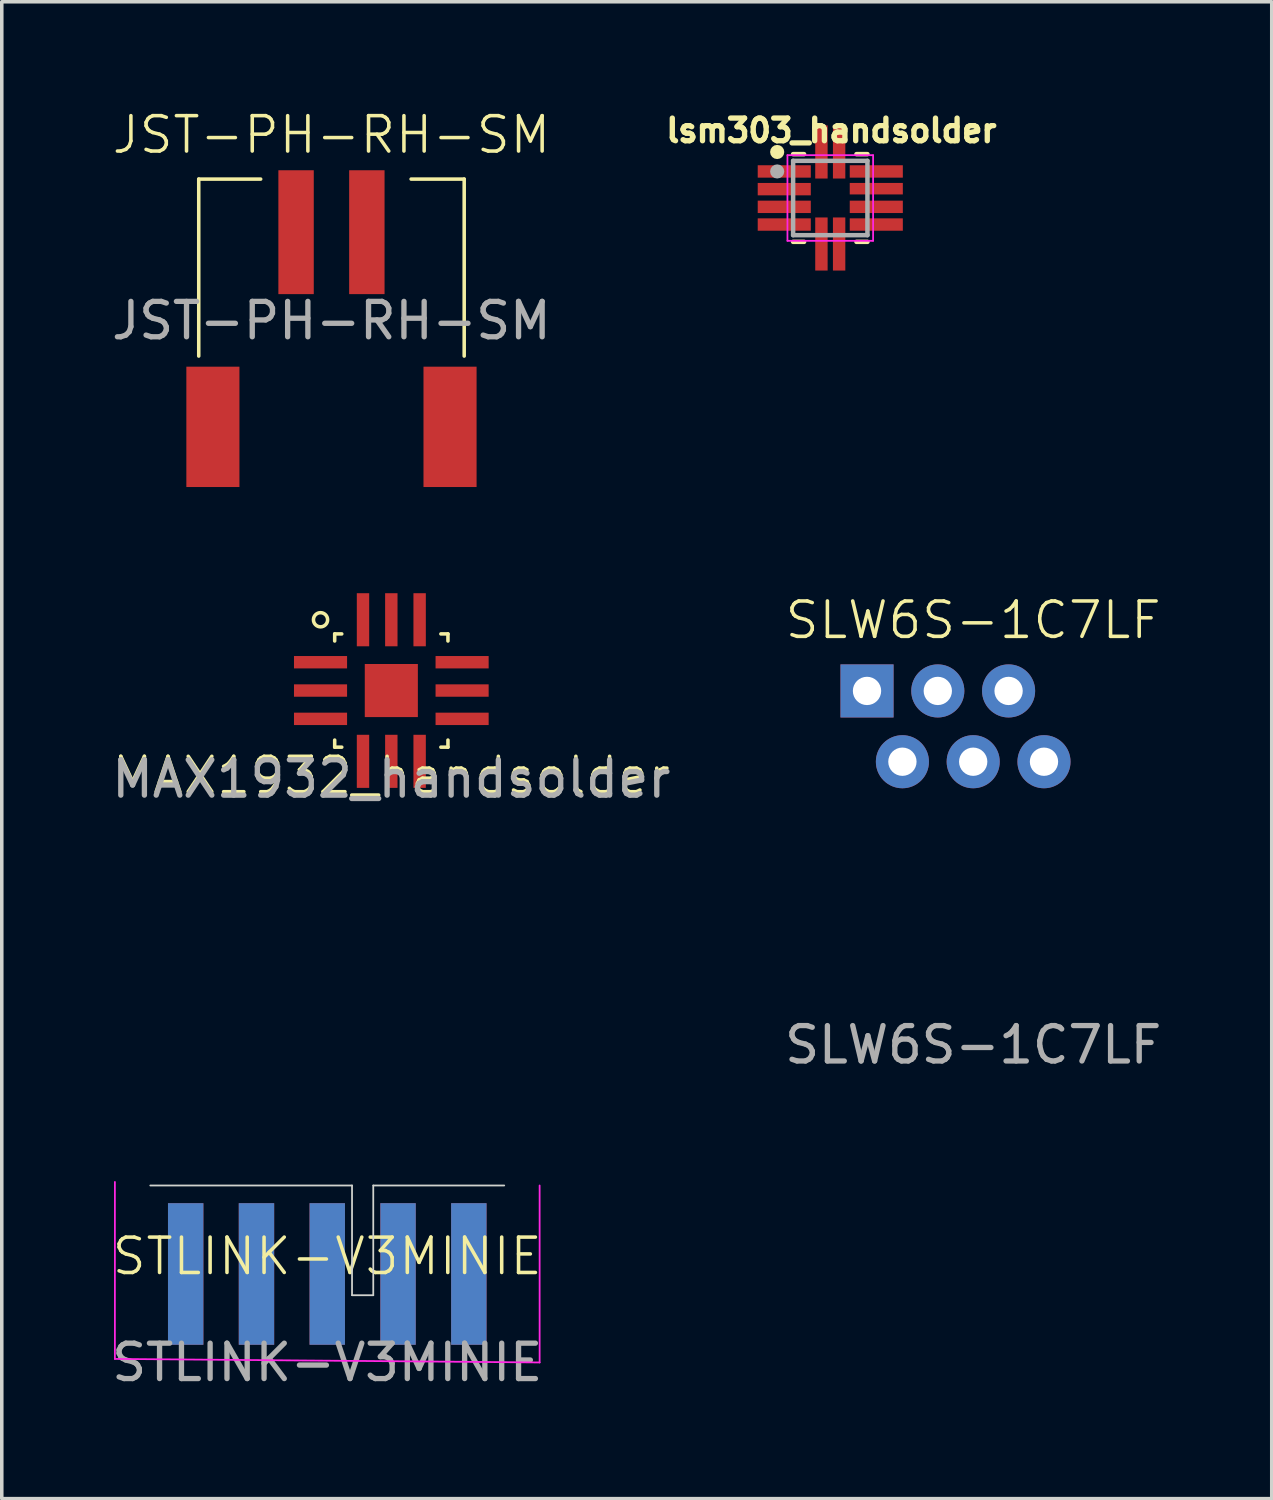
<source format=kicad_pcb>
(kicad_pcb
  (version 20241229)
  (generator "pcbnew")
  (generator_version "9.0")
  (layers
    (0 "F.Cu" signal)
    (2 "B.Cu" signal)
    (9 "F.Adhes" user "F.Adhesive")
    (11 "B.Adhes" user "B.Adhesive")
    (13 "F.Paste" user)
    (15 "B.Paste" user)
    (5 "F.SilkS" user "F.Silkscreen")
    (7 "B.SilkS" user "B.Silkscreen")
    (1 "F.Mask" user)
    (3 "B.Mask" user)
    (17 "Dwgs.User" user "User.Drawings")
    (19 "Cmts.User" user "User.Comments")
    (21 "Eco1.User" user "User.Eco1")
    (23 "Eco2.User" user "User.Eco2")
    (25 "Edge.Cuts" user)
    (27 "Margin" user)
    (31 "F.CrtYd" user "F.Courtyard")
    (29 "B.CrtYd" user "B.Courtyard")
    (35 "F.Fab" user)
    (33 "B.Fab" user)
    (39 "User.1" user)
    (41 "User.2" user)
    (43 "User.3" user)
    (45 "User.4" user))
  (footprint "SLW6S-1C7LF"
    (layer "F.Cu")
    (at 24.446 17.471)
    (property "Reference" "SLW6S-1C7LF" (at 0 -3 0) (unlocked yes) (layer "F.SilkS") (effects (font (size 1 1) (thickness 0.1))))
    (attr through_hole)
    (fp_text user "${REFERENCE}" (at 0 9 0) (unlocked yes) (layer "F.Fab") (effects (font (size 1 1) (thickness 0.15))))
    (pad "1" thru_hole rect (at -3 -1) (size 1.5 1.5) (drill 0.8) (layers "*.Cu" "*.Mask"))
    (pad "2" thru_hole circle (at -2 1) (size 1.5 1.5) (drill 0.8) (layers "*.Cu" "*.Mask"))
    (pad "3" thru_hole circle (at -1 -1) (size 1.5 1.5) (drill 0.8) (layers "*.Cu" "*.Mask"))
    (pad "4" thru_hole circle (at 0 1) (size 1.5 1.5) (drill 0.8) (layers "*.Cu" "*.Mask"))
    (pad "5" thru_hole circle (at 1 -1) (size 1.5 1.5) (drill 0.8) (layers "*.Cu" "*.Mask"))
    (pad "6" thru_hole circle (at 2 1) (size 1.5 1.5) (drill 0.8) (layers "*.Cu" "*.Mask")))
  (footprint "JST-PH-RH-SM"
    (layer "F.Cu")
    (at 6.315 3.51)
    (property "Reference" "JST-PH-RH-SM" (at 0 -2.75 0) (unlocked yes) (layer "F.SilkS") (effects (font (size 1 1) (thickness 0.1))))
    (attr through_hole)
    (fp_line (start -3.75 -1.5) (end -2 -1.5) (stroke (width 0.1) (type default)) (layer "F.SilkS"))
    (fp_line (start -3.75 3.5) (end -3.75 -1.5) (stroke (width 0.1) (type default)) (layer "F.SilkS"))
    (fp_line (start 2.25 -1.5) (end 3.75 -1.5) (stroke (width 0.1) (type default)) (layer "F.SilkS"))
    (fp_line (start 3.75 -1.5) (end 3.75 3.5) (stroke (width 0.1) (type default)) (layer "F.SilkS"))
    (fp_text user "${REFERENCE}" (at 0 2.5 0) (unlocked yes) (layer "F.Fab") (effects (font (size 1 1) (thickness 0.15))))
    (pad "" smd rect (at -3.35 5.5) (size 1.5 3.4) (layers "F.Cu" "F.Mask" "F.Paste"))
    (pad "" smd rect (at 3.35 5.5) (size 1.5 3.4) (layers "F.Cu" "F.Mask" "F.Paste"))
    (pad "1" smd rect (at -1 0) (size 1 3.5) (layers "F.Cu" "F.Mask" "F.Paste"))
    (pad "2" smd rect (at 1 0) (size 1 3.5) (layers "F.Cu" "F.Mask" "F.Paste")))
  (footprint "lsm303_handsolder"
    (layer "F.Cu")
    (at 20.408 2.544)
    (property "Reference" "lsm303_handsolder" (at 0.032 -1.906 0) (layer "F.SilkS") (effects (font (size 0.64 0.64) (thickness 0.15))))
    (attr smd)
    (fp_line (start -0.74 -1.239) (end -1.05 -1.239) (stroke (width 0.127) (type solid)) (layer "F.SilkS"))
    (fp_line (start -0.74 1.239) (end -1.05 1.239) (stroke (width 0.127) (type solid)) (layer "F.SilkS"))
    (fp_line (start 0.74 -1.239) (end 1.05 -1.239) (stroke (width 0.127) (type solid)) (layer "F.SilkS"))
    (fp_line (start 0.74 1.239) (end 1.05 1.239) (stroke (width 0.127) (type solid)) (layer "F.SilkS"))
    (fp_circle (center -1.5 -1.3) (end -1.4 -1.3) (stroke (width 0.2) (type solid)) (fill no) (layer "F.SilkS"))
    (fp_line (start -1.21 -1.21) (end -1.21 1.21) (stroke (width 0.05) (type solid)) (layer "F.CrtYd"))
    (fp_line (start -1.21 1.21) (end 1.21 1.21) (stroke (width 0.05) (type solid)) (layer "F.CrtYd"))
    (fp_line (start 1.21 -1.21) (end -1.21 -1.21) (stroke (width 0.05) (type solid)) (layer "F.CrtYd"))
    (fp_line (start 1.21 1.21) (end 1.21 -1.21) (stroke (width 0.05) (type solid)) (layer "F.CrtYd"))
    (fp_line (start -1.05 -1.05) (end 1.05 -1.05) (stroke (width 0.127) (type solid)) (layer "F.Fab"))
    (fp_line (start -1.05 1.05) (end -1.05 -1.05) (stroke (width 0.127) (type solid)) (layer "F.Fab"))
    (fp_line (start 1.05 -1.05) (end 1.05 1.05) (stroke (width 0.127) (type solid)) (layer "F.Fab"))
    (fp_line (start 1.05 1.05) (end -1.05 1.05) (stroke (width 0.127) (type solid)) (layer "F.Fab"))
    (fp_circle (center -1.5 -0.75) (end -1.4 -0.75) (stroke (width 0.2) (type solid)) (fill no) (layer "F.Fab"))
    (pad "1" smd rect (at -1.3 -0.75) (size 1.5 0.35) (layers "F.Cu" "F.Mask" "F.Paste"))
    (pad "2" smd rect (at -1.3 -0.25) (size 1.5 0.35) (layers "F.Cu" "F.Mask" "F.Paste"))
    (pad "3" smd rect (at -1.3 0.25) (size 1.5 0.35) (layers "F.Cu" "F.Mask" "F.Paste"))
    (pad "4" smd rect (at -1.3 0.75) (size 1.5 0.35) (layers "F.Cu" "F.Mask" "F.Paste"))
    (pad "5" smd rect (at -0.25 1.3 90) (size 1.5 0.35) (layers "F.Cu" "F.Mask" "F.Paste"))
    (pad "6" smd rect (at 0.25 1.3 90) (size 1.5 0.35) (layers "F.Cu" "F.Mask" "F.Paste"))
    (pad "7" smd rect (at 1.3 0.75) (size 1.5 0.35) (layers "F.Cu" "F.Mask" "F.Paste"))
    (pad "8" smd rect (at 1.3 0.25) (size 1.5 0.35) (layers "F.Cu" "F.Mask" "F.Paste"))
    (pad "9" smd rect (at 1.3 -0.263) (size 1.5 0.325) (layers "F.Cu" "F.Mask" "F.Paste"))
    (pad "10" smd rect (at 1.3 -0.75) (size 1.5 0.35) (layers "F.Cu" "F.Mask" "F.Paste"))
    (pad "11" smd rect (at 0.25 -1.3 90) (size 1.5 0.35) (layers "F.Cu" "F.Mask" "F.Paste"))
    (pad "12" smd rect (at -0.25 -1.3 90) (size 1.5 0.35) (layers "F.Cu" "F.Mask" "F.Paste")))
  (footprint "MAX1932_handsolder"
    (layer "F.Cu")
    (at 8.006 16.46)
    (property "Reference" "MAX1932_handsolder" (at 0 2.4 0) (unlocked yes) (layer "F.SilkS") (effects (font (size 1 1) (thickness 0.1))))
    (attr smd)
    (fp_line (start -1.6 -1.6) (end -1.4 -1.6) (stroke (width 0.1) (type default)) (layer "F.SilkS"))
    (fp_line (start -1.6 -1.4) (end -1.6 -1.6) (stroke (width 0.1) (type default)) (layer "F.SilkS"))
    (fp_line (start -1.6 1.6) (end -1.6 1.4) (stroke (width 0.1) (type default)) (layer "F.SilkS"))
    (fp_line (start -1.4 1.6) (end -1.6 1.6) (stroke (width 0.1) (type default)) (layer "F.SilkS"))
    (fp_line (start 1.4 -1.6) (end 1.6 -1.6) (stroke (width 0.1) (type default)) (layer "F.SilkS"))
    (fp_line (start 1.6 -1.6) (end 1.6 -1.4) (stroke (width 0.1) (type default)) (layer "F.SilkS"))
    (fp_line (start 1.6 1.4) (end 1.6 1.6) (stroke (width 0.1) (type default)) (layer "F.SilkS"))
    (fp_line (start 1.6 1.6) (end 1.4 1.6) (stroke (width 0.1) (type default)) (layer "F.SilkS"))
    (fp_circle (center -2 -2) (end -2 -1.8) (stroke (width 0.1) (type default)) (fill no) (layer "F.SilkS"))
    (fp_text user "${REFERENCE}" (at 0 2.5 0) (unlocked yes) (layer "F.Fab") (effects (font (size 1 1) (thickness 0.15))))
    (pad "1" smd rect (at -2 -0.8) (size 1.5 0.35) (layers "F.Cu" "F.Mask" "F.Paste"))
    (pad "2" smd rect (at -2 0) (size 1.5 0.35) (layers "F.Cu" "F.Mask" "F.Paste"))
    (pad "3" smd rect (at -2 0.8) (size 1.5 0.35) (layers "F.Cu" "F.Mask" "F.Paste"))
    (pad "4" smd rect (at -0.8 2 270) (size 1.5 0.35) (layers "F.Cu" "F.Mask" "F.Paste"))
    (pad "5" smd rect (at 0 2 270) (size 1.5 0.35) (layers "F.Cu" "F.Mask" "F.Paste"))
    (pad "6" smd rect (at 0.8 2 270) (size 1.5 0.35) (layers "F.Cu" "F.Mask" "F.Paste"))
    (pad "7" smd rect (at 2 0.8 180) (size 1.5 0.35) (layers "F.Cu" "F.Mask" "F.Paste"))
    (pad "8" smd rect (at 2 0 180) (size 1.5 0.35) (layers "F.Cu" "F.Mask" "F.Paste"))
    (pad "9" smd rect (at 2 -0.8 180) (size 1.5 0.35) (layers "F.Cu" "F.Mask" "F.Paste"))
    (pad "10" smd rect (at 0.8 -2 90) (size 1.5 0.35) (layers "F.Cu" "F.Mask" "F.Paste"))
    (pad "11" smd rect (at 0 -2 90) (size 1.5 0.35) (layers "F.Cu" "F.Mask" "F.Paste"))
    (pad "12" smd rect (at -0.8 -2 90) (size 1.5 0.35) (layers "F.Cu" "F.Mask" "F.Paste"))
    (pad "13" smd rect (at 0 0) (size 1.5 1.5) (property pad_prop_heatsink) (layers "F.Cu" "F.Mask" "F.Paste")))
  (footprint "STLINK-V3MINIE"
    (layer "F.Cu")
    (at 6.196 32.944)
    (property "Reference" "STLINK-V3MINIE" (at 0 -0.5 0) (unlocked yes) (layer "F.SilkS") (effects (font (size 1 1) (thickness 0.1))))
    (attr smd)
    (fp_line (start 0.7 -2.5) (end -5 -2.5) (stroke (width 0.05) (type default)) (layer "Edge.Cuts"))
    (fp_line (start 0.7 0.6) (end 0.7 -2.5) (stroke (width 0.05) (type default)) (layer "Edge.Cuts"))
    (fp_line (start 1.3 -2.5) (end 1.3 0.6) (stroke (width 0.05) (type default)) (layer "Edge.Cuts"))
    (fp_line (start 1.3 -2.5) (end 5 -2.5) (stroke (width 0.05) (type default)) (layer "Edge.Cuts"))
    (fp_line (start 1.3 0.6) (end 0.7 0.6) (stroke (width 0.05) (type default)) (layer "Edge.Cuts"))
    (fp_line (start -6 -2.6) (end -6 2.4) (stroke (width 0.05) (type default)) (layer "F.CrtYd"))
    (fp_line (start 6 -2.5) (end 6 2.5) (stroke (width 0.05) (type default)) (layer "F.CrtYd"))
    (fp_line (start 6 2.5) (end -6 2.4) (stroke (width 0.05) (type default)) (layer "F.CrtYd"))
    (fp_text user "${REFERENCE}" (at 0 2.5 0) (unlocked yes) (layer "F.Fab") (effects (font (size 1 1) (thickness 0.15))))
    (pad "1" smd rect (at 4 0 180) (size 1 4) (layers "F.Cu" "F.Mask" "F.Paste"))
    (pad "2" smd rect (at 2 0 180) (size 1 4) (layers "F.Cu" "F.Mask" "F.Paste"))
    (pad "3" smd rect (at 0 0 180) (size 1 4) (layers "F.Cu" "F.Mask" "F.Paste"))
    (pad "4" smd rect (at -2 0 180) (size 1 4) (layers "F.Cu" "F.Mask" "F.Paste"))
    (pad "5" smd rect (at -4 0 180) (size 1 4) (layers "F.Cu" "F.Mask" "F.Paste"))
    (pad "6" smd rect (at 4 0) (size 1 4) (layers "B.Cu" "B.Mask" "B.Paste"))
    (pad "7" smd rect (at 2 0) (size 1 4) (layers "B.Cu" "B.Mask" "B.Paste"))
    (pad "8" smd rect (at 0 0) (size 1 4) (layers "B.Cu" "B.Mask" "B.Paste"))
    (pad "9" smd rect (at -2 0) (size 1 4) (layers "B.Cu" "B.Mask" "B.Paste"))
    (pad "10" smd rect (at -4 0) (size 1 4) (layers "B.Cu" "B.Mask" "B.Paste")))
  (gr_rect
    (start -3 -3)
    (end 32.881 39.292)
    (stroke (width 0.1) (type default))
    (fill no)
    (layer "Edge.Cuts")))
</source>
